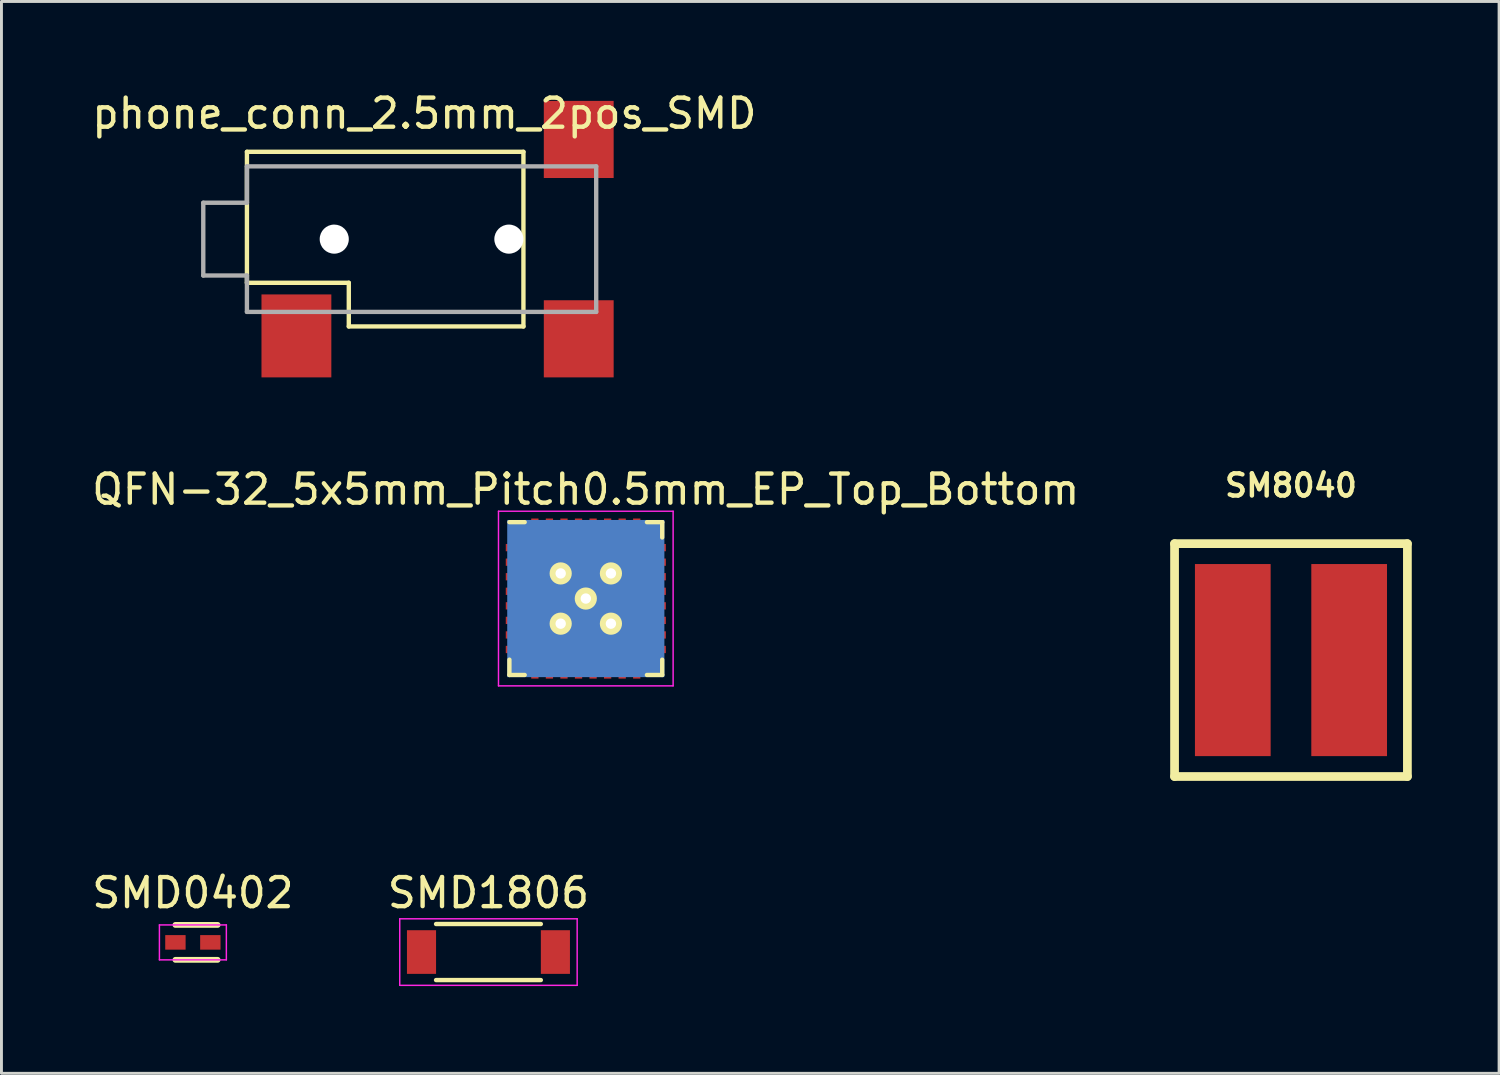
<source format=kicad_pcb>
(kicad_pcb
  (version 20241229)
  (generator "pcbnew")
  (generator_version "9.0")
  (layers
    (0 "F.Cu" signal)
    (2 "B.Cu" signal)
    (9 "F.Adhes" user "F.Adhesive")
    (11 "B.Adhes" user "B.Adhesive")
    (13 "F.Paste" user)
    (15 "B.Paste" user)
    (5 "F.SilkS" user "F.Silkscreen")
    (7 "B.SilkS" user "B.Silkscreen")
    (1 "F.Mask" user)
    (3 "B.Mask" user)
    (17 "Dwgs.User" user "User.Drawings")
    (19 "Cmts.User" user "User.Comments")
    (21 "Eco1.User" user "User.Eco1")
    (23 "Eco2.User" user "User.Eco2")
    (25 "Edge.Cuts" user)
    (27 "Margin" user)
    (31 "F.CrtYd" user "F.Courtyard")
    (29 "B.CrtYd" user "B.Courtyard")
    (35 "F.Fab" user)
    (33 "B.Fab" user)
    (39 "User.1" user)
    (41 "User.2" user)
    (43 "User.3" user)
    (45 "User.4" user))
  (footprint "SMD0402"
    (layer "F.Cu")
    (at 3.577 29.328)
    (property "Reference" "SMD0402" (at 0 -1.7 0) (layer "F.SilkS") (effects (font (size 1 1) (thickness 0.15))))
    (attr smd)
    (fp_line (start -0.6 -0.6) (end 0.85 -0.6) (stroke (width 0.2) (type solid)) (layer "F.SilkS"))
    (fp_line (start 0.85 0.6) (end -0.6 0.6) (stroke (width 0.2) (type solid)) (layer "F.SilkS"))
    (fp_line (start -1.15 -0.6) (end -1.15 0.6) (stroke (width 0.05) (type solid)) (layer "F.CrtYd"))
    (fp_line (start -1.15 -0.6) (end 1.15 -0.6) (stroke (width 0.05) (type solid)) (layer "F.CrtYd"))
    (fp_line (start -1.15 0.6) (end 1.15 0.6) (stroke (width 0.05) (type solid)) (layer "F.CrtYd"))
    (fp_line (start 1.15 -0.6) (end 1.15 0.6) (stroke (width 0.05) (type solid)) (layer "F.CrtYd"))
    (pad "1" smd rect (at -0.6 0) (size 0.7 0.5) (layers "F.Cu" "F.Mask" "F.Paste"))
    (pad "2" smd rect (at 0.6 0) (size 0.7 0.5) (layers "F.Cu" "F.Mask" "F.Paste")))
  (footprint "phone_conn_2.5mm_2pos_SMD"
    (layer "F.Cu")
    (at 5.434 5.166)
    (property "Reference" "phone_conn_2.5mm_2pos_SMD" (at 6.096 -4.318 0) (layer "F.SilkS") (effects (font (size 1 1) (thickness 0.15))))
    (attr through_hole)
    (fp_line (start 0 -3) (end 0 1.5) (stroke (width 0.15) (type solid)) (layer "F.SilkS"))
    (fp_line (start 0 1.5) (end 3.5 1.5) (stroke (width 0.15) (type solid)) (layer "F.SilkS"))
    (fp_line (start 3.5 1.5) (end 3.5 3) (stroke (width 0.15) (type solid)) (layer "F.SilkS"))
    (fp_line (start 3.5 3) (end 9.5 3) (stroke (width 0.15) (type solid)) (layer "F.SilkS"))
    (fp_line (start 9.5 -3) (end 0 -3) (stroke (width 0.15) (type solid)) (layer "F.SilkS"))
    (fp_line (start 9.5 3) (end 9.5 -3) (stroke (width 0.15) (type solid)) (layer "F.SilkS"))
    (fp_line (start -1.5 -1.25) (end 0 -1.25) (stroke (width 0.15) (type solid)) (layer "F.Fab"))
    (fp_line (start -1.5 1.25) (end -1.5 -1.25) (stroke (width 0.15) (type solid)) (layer "F.Fab"))
    (fp_line (start 0 -2.5) (end 12 -2.5) (stroke (width 0.15) (type solid)) (layer "F.Fab"))
    (fp_line (start 0 -1.25) (end 0 -2.5) (stroke (width 0.15) (type solid)) (layer "F.Fab"))
    (fp_line (start 0 1.25) (end -1.5 1.25) (stroke (width 0.15) (type solid)) (layer "F.Fab"))
    (fp_line (start 0 2.5) (end 0 1.25) (stroke (width 0.15) (type solid)) (layer "F.Fab"))
    (fp_line (start 12 -2.5) (end 12 2.5) (stroke (width 0.15) (type solid)) (layer "F.Fab"))
    (fp_line (start 12 2.5) (end 0 2.5) (stroke (width 0.15) (type solid)) (layer "F.Fab"))
    (pad "" np_thru_hole circle (at 3 0) (size 1 1) (drill 1) (layers "*.Cu" "*.Mask"))
    (pad "" np_thru_hole circle (at 9 0) (size 1 1) (drill 1) (layers "*.Cu" "*.Mask"))
    (pad "1" smd rect (at 1.7 3.325) (size 2.4 2.85) (layers "F.Cu" "F.Mask" "F.Paste"))
    (pad "2" smd rect (at 11.4 3.425) (size 2.4 2.65) (layers "F.Cu" "F.Mask" "F.Paste"))
    (pad "3" smd rect (at 11.4 -3.425) (size 2.4 2.65) (layers "F.Cu" "F.Mask" "F.Paste")))
  (footprint "SM8040"
    (layer "F.Cu")
    (at 41.305 19.629)
    (property "Reference" "SM8040" (at 0 -5.999 0) (layer "F.SilkS") (effects (font (size 0.762 0.762) (thickness 0.152))))
    (attr smd)
    (fp_line (start -4 -4) (end -4 4) (stroke (width 0.3) (type solid)) (layer "F.SilkS"))
    (fp_line (start -4 4) (end 4 4) (stroke (width 0.3) (type solid)) (layer "F.SilkS"))
    (fp_line (start 4 -4) (end -4 -4) (stroke (width 0.3) (type solid)) (layer "F.SilkS"))
    (fp_line (start 4 4) (end 4 -4) (stroke (width 0.3) (type solid)) (layer "F.SilkS"))
    (pad "1" smd rect (at -1.999 0) (size 2.601 6.599) (layers "F.Cu" "F.Mask" "F.Paste"))
    (pad "2" smd rect (at 1.999 0) (size 2.601 6.599) (layers "F.Cu" "F.Mask" "F.Paste")))
  (footprint "QFN-32_5x5mm_Pitch0.5mm_EP_Top_Bottom"
    (layer "F.Cu")
    (at 17.077 17.515)
    (property "Reference" "QFN-32_5x5mm_Pitch0.5mm_EP_Top_Bottom" (at 0 -3.75 0) (layer "F.SilkS") (effects (font (size 1 1) (thickness 0.15))))
    (attr smd)
    (fp_line (start -2.625 -2.625) (end -2.1 -2.625) (stroke (width 0.15) (type solid)) (layer "F.SilkS"))
    (fp_line (start -2.625 2.625) (end -2.625 2.1) (stroke (width 0.15) (type solid)) (layer "F.SilkS"))
    (fp_line (start -2.625 2.625) (end -2.1 2.625) (stroke (width 0.15) (type solid)) (layer "F.SilkS"))
    (fp_line (start 2.625 -2.625) (end 2.1 -2.625) (stroke (width 0.15) (type solid)) (layer "F.SilkS"))
    (fp_line (start 2.625 -2.625) (end 2.625 -2.1) (stroke (width 0.15) (type solid)) (layer "F.SilkS"))
    (fp_line (start 2.625 2.625) (end 2.1 2.625) (stroke (width 0.15) (type solid)) (layer "F.SilkS"))
    (fp_line (start 2.625 2.625) (end 2.625 2.1) (stroke (width 0.15) (type solid)) (layer "F.SilkS"))
    (fp_line (start -3 -3) (end -3 3) (stroke (width 0.05) (type solid)) (layer "F.CrtYd"))
    (fp_line (start -3 -3) (end 3 -3) (stroke (width 0.05) (type solid)) (layer "F.CrtYd"))
    (fp_line (start -3 3) (end 3 3) (stroke (width 0.05) (type solid)) (layer "F.CrtYd"))
    (fp_line (start 3 -3) (end 3 3) (stroke (width 0.05) (type solid)) (layer "F.CrtYd"))
    (pad "1" smd rect (at -2.4 -1.75) (size 0.7 0.25) (layers "F.Cu" "F.Mask" "F.Paste"))
    (pad "2" smd rect (at -2.4 -1.25) (size 0.7 0.25) (layers "F.Cu" "F.Mask" "F.Paste"))
    (pad "3" smd rect (at -2.4 -0.75) (size 0.7 0.25) (layers "F.Cu" "F.Mask" "F.Paste"))
    (pad "4" smd rect (at -2.4 -0.25) (size 0.7 0.25) (layers "F.Cu" "F.Mask" "F.Paste"))
    (pad "5" smd rect (at -2.4 0.25) (size 0.7 0.25) (layers "F.Cu" "F.Mask" "F.Paste"))
    (pad "6" smd rect (at -2.4 0.75) (size 0.7 0.25) (layers "F.Cu" "F.Mask" "F.Paste"))
    (pad "7" smd rect (at -2.4 1.25) (size 0.7 0.25) (layers "F.Cu" "F.Mask" "F.Paste"))
    (pad "8" smd rect (at -2.4 1.75) (size 0.7 0.25) (layers "F.Cu" "F.Mask" "F.Paste"))
    (pad "9" smd rect (at -1.75 2.4 90) (size 0.7 0.25) (layers "F.Cu" "F.Mask" "F.Paste"))
    (pad "10" smd rect (at -1.25 2.4 90) (size 0.7 0.25) (layers "F.Cu" "F.Mask" "F.Paste"))
    (pad "11" smd rect (at -0.75 2.4 90) (size 0.7 0.25) (layers "F.Cu" "F.Mask" "F.Paste"))
    (pad "12" smd rect (at -0.25 2.4 90) (size 0.7 0.25) (layers "F.Cu" "F.Mask" "F.Paste"))
    (pad "13" smd rect (at 0.25 2.4 90) (size 0.7 0.25) (layers "F.Cu" "F.Mask" "F.Paste"))
    (pad "14" smd rect (at 0.75 2.4 90) (size 0.7 0.25) (layers "F.Cu" "F.Mask" "F.Paste"))
    (pad "15" smd rect (at 1.25 2.4 90) (size 0.7 0.25) (layers "F.Cu" "F.Mask" "F.Paste"))
    (pad "16" smd rect (at 1.75 2.4 90) (size 0.7 0.25) (layers "F.Cu" "F.Mask" "F.Paste"))
    (pad "17" smd rect (at 2.4 1.75) (size 0.7 0.25) (layers "F.Cu" "F.Mask" "F.Paste"))
    (pad "18" smd rect (at 2.4 1.25) (size 0.7 0.25) (layers "F.Cu" "F.Mask" "F.Paste"))
    (pad "19" smd rect (at 2.4 0.75) (size 0.7 0.25) (layers "F.Cu" "F.Mask" "F.Paste"))
    (pad "20" smd rect (at 2.4 0.25) (size 0.7 0.25) (layers "F.Cu" "F.Mask" "F.Paste"))
    (pad "21" smd rect (at 2.4 -0.25) (size 0.7 0.25) (layers "F.Cu" "F.Mask" "F.Paste"))
    (pad "22" smd rect (at 2.4 -0.75) (size 0.7 0.25) (layers "F.Cu" "F.Mask" "F.Paste"))
    (pad "23" smd rect (at 2.4 -1.25) (size 0.7 0.25) (layers "F.Cu" "F.Mask" "F.Paste"))
    (pad "24" smd rect (at 2.4 -1.75) (size 0.7 0.25) (layers "F.Cu" "F.Mask" "F.Paste"))
    (pad "25" smd rect (at 1.75 -2.4 90) (size 0.7 0.25) (layers "F.Cu" "F.Mask" "F.Paste"))
    (pad "26" smd rect (at 1.25 -2.4 90) (size 0.7 0.25) (layers "F.Cu" "F.Mask" "F.Paste"))
    (pad "27" smd rect (at 0.75 -2.4 90) (size 0.7 0.25) (layers "F.Cu" "F.Mask" "F.Paste"))
    (pad "28" smd rect (at 0.25 -2.4 90) (size 0.7 0.25) (layers "F.Cu" "F.Mask" "F.Paste"))
    (pad "29" smd rect (at -0.25 -2.4 90) (size 0.7 0.25) (layers "F.Cu" "F.Mask" "F.Paste"))
    (pad "30" smd rect (at -0.75 -2.4 90) (size 0.7 0.25) (layers "F.Cu" "F.Mask" "F.Paste"))
    (pad "31" smd rect (at -1.25 -2.4 90) (size 0.7 0.25) (layers "F.Cu" "F.Mask" "F.Paste"))
    (pad "32" smd rect (at -1.75 -2.4 90) (size 0.7 0.25) (layers "F.Cu" "F.Mask" "F.Paste"))
    (pad "33" thru_hole circle (at -0.863 -0.863) (size 0.762 0.762) (drill 0.356) (layers "*.Cu" "*.Mask" "F.SilkS"))
    (pad "33" thru_hole circle (at -0.863 0.863) (size 0.762 0.762) (drill 0.356) (layers "*.Cu" "*.Mask" "F.SilkS"))
    (pad "33" thru_hole circle (at 0 0) (size 0.762 0.762) (drill 0.356) (layers "*.Cu" "*.Mask" "F.SilkS"))
    (pad "33" smd rect (at 0 0) (size 3.45 3.45) (layers "F.Cu" "F.Mask" "F.Paste"))
    (pad "33" smd rect (at 0 0) (size 5.4 5.4) (layers "B.Cu" "B.Mask"))
    (pad "33" thru_hole circle (at 0.863 -0.863) (size 0.762 0.762) (drill 0.356) (layers "*.Cu" "*.Mask" "F.SilkS"))
    (pad "33" thru_hole circle (at 0.863 0.863) (size 0.762 0.762) (drill 0.356) (layers "*.Cu" "*.Mask" "F.SilkS")))
  (footprint "SMD1806"
    (layer "F.Cu")
    (at 13.732 29.66)
    (property "Reference" "SMD1806" (at 0 -2.032 0) (layer "F.SilkS") (effects (font (size 1 1) (thickness 0.15))))
    (attr smd)
    (fp_line (start -1.8 0.963) (end 1.8 0.963) (stroke (width 0.15) (type solid)) (layer "F.SilkS"))
    (fp_line (start 1.8 -0.963) (end -1.8 -0.963) (stroke (width 0.15) (type solid)) (layer "F.SilkS"))
    (fp_line (start -3.048 -1.143) (end 3.048 -1.143) (stroke (width 0.05) (type solid)) (layer "F.CrtYd"))
    (fp_line (start -3.048 1.143) (end -3.048 -1.143) (stroke (width 0.05) (type solid)) (layer "F.CrtYd"))
    (fp_line (start 3.048 -1.143) (end 3.048 1.143) (stroke (width 0.05) (type solid)) (layer "F.CrtYd"))
    (fp_line (start 3.048 1.143) (end -3.048 1.143) (stroke (width 0.05) (type solid)) (layer "F.CrtYd"))
    (pad "1" smd rect (at -2.3 0) (size 1 1.5) (layers "F.Cu" "F.Mask" "F.Paste"))
    (pad "2" smd rect (at 2.3 0) (size 1 1.5) (layers "F.Cu" "F.Mask" "F.Paste")))
  (gr_rect
    (start -3 -3)
    (end 48.455 33.828)
    (stroke (width 0.1) (type default))
    (fill no)
    (layer "Edge.Cuts")))
</source>
